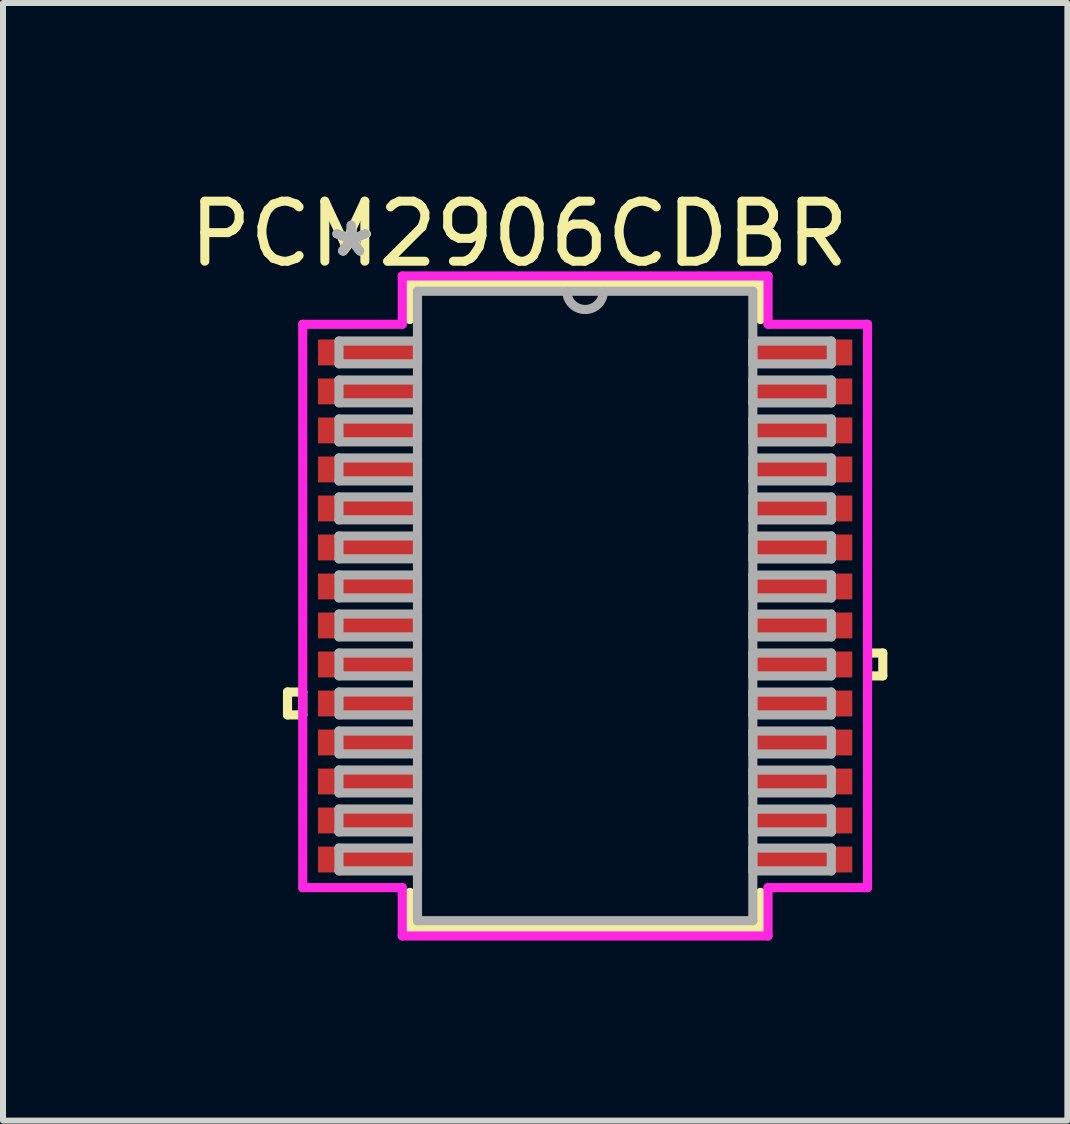
<source format=kicad_pcb>
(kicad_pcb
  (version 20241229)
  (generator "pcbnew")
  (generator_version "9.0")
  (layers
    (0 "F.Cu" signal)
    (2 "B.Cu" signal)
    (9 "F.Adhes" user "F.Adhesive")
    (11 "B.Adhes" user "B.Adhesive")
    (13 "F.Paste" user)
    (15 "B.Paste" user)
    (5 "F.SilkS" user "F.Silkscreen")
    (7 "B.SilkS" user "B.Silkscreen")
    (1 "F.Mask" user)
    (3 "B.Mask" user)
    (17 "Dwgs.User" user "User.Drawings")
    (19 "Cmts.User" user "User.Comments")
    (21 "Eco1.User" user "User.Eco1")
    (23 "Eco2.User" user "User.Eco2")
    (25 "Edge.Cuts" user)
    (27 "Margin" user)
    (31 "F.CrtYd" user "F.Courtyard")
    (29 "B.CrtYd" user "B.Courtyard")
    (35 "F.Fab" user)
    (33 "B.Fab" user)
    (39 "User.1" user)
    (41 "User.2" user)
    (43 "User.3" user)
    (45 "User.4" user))
  (footprint "PCM2906CDBR"
    (layer "F.Cu")
    (at 6.701 7.048)
    (property "Reference" "PCM2906CDBR" (at -1.1 -6.2 0) (layer "F.SilkS") (effects (font (size 1 1) (thickness 0.15))))
    (attr through_hole)
    (fp_line (start -4.96 1.434) (end -4.96 1.815) (stroke (width 0.152) (type solid)) (layer "F.SilkS"))
    (fp_line (start -4.96 1.815) (end -4.706 1.815) (stroke (width 0.152) (type solid)) (layer "F.SilkS"))
    (fp_line (start -4.706 1.434) (end -4.96 1.434) (stroke (width 0.152) (type solid)) (layer "F.SilkS"))
    (fp_line (start -4.706 1.815) (end -4.706 1.434) (stroke (width 0.152) (type solid)) (layer "F.SilkS"))
    (fp_line (start -2.921 -5.372) (end -2.921 -4.773) (stroke (width 0.152) (type solid)) (layer "F.SilkS"))
    (fp_line (start -2.921 4.773) (end -2.921 5.372) (stroke (width 0.152) (type solid)) (layer "F.SilkS"))
    (fp_line (start -2.921 5.372) (end 2.921 5.372) (stroke (width 0.152) (type solid)) (layer "F.SilkS"))
    (fp_line (start 2.921 -5.372) (end -2.921 -5.372) (stroke (width 0.152) (type solid)) (layer "F.SilkS"))
    (fp_line (start 2.921 -4.773) (end 2.921 -5.372) (stroke (width 0.152) (type solid)) (layer "F.SilkS"))
    (fp_line (start 2.921 5.372) (end 2.921 4.773) (stroke (width 0.152) (type solid)) (layer "F.SilkS"))
    (fp_line (start 4.706 0.784) (end 4.96 0.784) (stroke (width 0.152) (type solid)) (layer "F.SilkS"))
    (fp_line (start 4.706 1.165) (end 4.706 0.784) (stroke (width 0.152) (type solid)) (layer "F.SilkS"))
    (fp_line (start 4.96 0.784) (end 4.96 1.165) (stroke (width 0.152) (type solid)) (layer "F.SilkS"))
    (fp_line (start 4.96 1.165) (end 4.706 1.165) (stroke (width 0.152) (type solid)) (layer "F.SilkS"))
    (fp_line (start -4.706 -4.694) (end -3.048 -4.694) (stroke (width 0.152) (type solid)) (layer "F.CrtYd"))
    (fp_line (start -4.706 4.694) (end -4.706 -4.694) (stroke (width 0.152) (type solid)) (layer "F.CrtYd"))
    (fp_line (start -3.048 -5.499) (end 3.048 -5.499) (stroke (width 0.152) (type solid)) (layer "F.CrtYd"))
    (fp_line (start -3.048 -4.694) (end -3.048 -5.499) (stroke (width 0.152) (type solid)) (layer "F.CrtYd"))
    (fp_line (start -3.048 4.694) (end -4.706 4.694) (stroke (width 0.152) (type solid)) (layer "F.CrtYd"))
    (fp_line (start -3.048 5.499) (end -3.048 4.694) (stroke (width 0.152) (type solid)) (layer "F.CrtYd"))
    (fp_line (start 3.048 -5.499) (end 3.048 -4.694) (stroke (width 0.152) (type solid)) (layer "F.CrtYd"))
    (fp_line (start 3.048 -4.694) (end 4.706 -4.694) (stroke (width 0.152) (type solid)) (layer "F.CrtYd"))
    (fp_line (start 3.048 4.694) (end 3.048 5.499) (stroke (width 0.152) (type solid)) (layer "F.CrtYd"))
    (fp_line (start 3.048 5.499) (end -3.048 5.499) (stroke (width 0.152) (type solid)) (layer "F.CrtYd"))
    (fp_line (start 4.706 -4.694) (end 4.706 4.694) (stroke (width 0.152) (type solid)) (layer "F.CrtYd"))
    (fp_line (start 4.706 4.694) (end 3.048 4.694) (stroke (width 0.152) (type solid)) (layer "F.CrtYd"))
    (fp_line (start -4.102 -4.415) (end -4.102 -4.035) (stroke (width 0.152) (type solid)) (layer "F.Fab"))
    (fp_line (start -4.102 -4.035) (end -2.794 -4.035) (stroke (width 0.152) (type solid)) (layer "F.Fab"))
    (fp_line (start -4.102 -3.765) (end -4.102 -3.385) (stroke (width 0.152) (type solid)) (layer "F.Fab"))
    (fp_line (start -4.102 -3.385) (end -2.794 -3.385) (stroke (width 0.152) (type solid)) (layer "F.Fab"))
    (fp_line (start -4.102 -3.115) (end -4.102 -2.735) (stroke (width 0.152) (type solid)) (layer "F.Fab"))
    (fp_line (start -4.102 -2.735) (end -2.794 -2.735) (stroke (width 0.152) (type solid)) (layer "F.Fab"))
    (fp_line (start -4.102 -2.466) (end -4.102 -2.084) (stroke (width 0.152) (type solid)) (layer "F.Fab"))
    (fp_line (start -4.102 -2.084) (end -2.794 -2.084) (stroke (width 0.152) (type solid)) (layer "F.Fab"))
    (fp_line (start -4.102 -1.816) (end -4.102 -1.435) (stroke (width 0.152) (type solid)) (layer "F.Fab"))
    (fp_line (start -4.102 -1.435) (end -2.794 -1.435) (stroke (width 0.152) (type solid)) (layer "F.Fab"))
    (fp_line (start -4.102 -1.166) (end -4.102 -0.785) (stroke (width 0.152) (type solid)) (layer "F.Fab"))
    (fp_line (start -4.102 -0.785) (end -2.794 -0.785) (stroke (width 0.152) (type solid)) (layer "F.Fab"))
    (fp_line (start -4.102 -0.516) (end -4.102 -0.135) (stroke (width 0.152) (type solid)) (layer "F.Fab"))
    (fp_line (start -4.102 -0.135) (end -2.794 -0.135) (stroke (width 0.152) (type solid)) (layer "F.Fab"))
    (fp_line (start -4.102 0.134) (end -4.102 0.515) (stroke (width 0.152) (type solid)) (layer "F.Fab"))
    (fp_line (start -4.102 0.515) (end -2.794 0.515) (stroke (width 0.152) (type solid)) (layer "F.Fab"))
    (fp_line (start -4.102 0.784) (end -4.102 1.165) (stroke (width 0.152) (type solid)) (layer "F.Fab"))
    (fp_line (start -4.102 1.165) (end -2.794 1.165) (stroke (width 0.152) (type solid)) (layer "F.Fab"))
    (fp_line (start -4.102 1.434) (end -4.102 1.815) (stroke (width 0.152) (type solid)) (layer "F.Fab"))
    (fp_line (start -4.102 1.815) (end -2.794 1.815) (stroke (width 0.152) (type solid)) (layer "F.Fab"))
    (fp_line (start -4.102 2.084) (end -4.102 2.465) (stroke (width 0.152) (type solid)) (layer "F.Fab"))
    (fp_line (start -4.102 2.465) (end -2.794 2.465) (stroke (width 0.152) (type solid)) (layer "F.Fab"))
    (fp_line (start -4.102 2.734) (end -4.102 3.115) (stroke (width 0.152) (type solid)) (layer "F.Fab"))
    (fp_line (start -4.102 3.115) (end -2.794 3.115) (stroke (width 0.152) (type solid)) (layer "F.Fab"))
    (fp_line (start -4.102 3.384) (end -4.102 3.765) (stroke (width 0.152) (type solid)) (layer "F.Fab"))
    (fp_line (start -4.102 3.765) (end -2.794 3.765) (stroke (width 0.152) (type solid)) (layer "F.Fab"))
    (fp_line (start -4.102 4.034) (end -4.102 4.415) (stroke (width 0.152) (type solid)) (layer "F.Fab"))
    (fp_line (start -4.102 4.415) (end -2.794 4.415) (stroke (width 0.152) (type solid)) (layer "F.Fab"))
    (fp_line (start -2.794 -5.245) (end -2.794 5.245) (stroke (width 0.152) (type solid)) (layer "F.Fab"))
    (fp_line (start -2.794 -4.415) (end -4.102 -4.415) (stroke (width 0.152) (type solid)) (layer "F.Fab"))
    (fp_line (start -2.794 -4.035) (end -2.794 -4.415) (stroke (width 0.152) (type solid)) (layer "F.Fab"))
    (fp_line (start -2.794 -3.765) (end -4.102 -3.765) (stroke (width 0.152) (type solid)) (layer "F.Fab"))
    (fp_line (start -2.794 -3.385) (end -2.794 -3.765) (stroke (width 0.152) (type solid)) (layer "F.Fab"))
    (fp_line (start -2.794 -3.115) (end -4.102 -3.115) (stroke (width 0.152) (type solid)) (layer "F.Fab"))
    (fp_line (start -2.794 -2.735) (end -2.794 -3.115) (stroke (width 0.152) (type solid)) (layer "F.Fab"))
    (fp_line (start -2.794 -2.466) (end -4.102 -2.466) (stroke (width 0.152) (type solid)) (layer "F.Fab"))
    (fp_line (start -2.794 -2.084) (end -2.794 -2.466) (stroke (width 0.152) (type solid)) (layer "F.Fab"))
    (fp_line (start -2.794 -1.816) (end -4.102 -1.816) (stroke (width 0.152) (type solid)) (layer "F.Fab"))
    (fp_line (start -2.794 -1.435) (end -2.794 -1.816) (stroke (width 0.152) (type solid)) (layer "F.Fab"))
    (fp_line (start -2.794 -1.166) (end -4.102 -1.166) (stroke (width 0.152) (type solid)) (layer "F.Fab"))
    (fp_line (start -2.794 -0.785) (end -2.794 -1.166) (stroke (width 0.152) (type solid)) (layer "F.Fab"))
    (fp_line (start -2.794 -0.516) (end -4.102 -0.516) (stroke (width 0.152) (type solid)) (layer "F.Fab"))
    (fp_line (start -2.794 -0.135) (end -2.794 -0.516) (stroke (width 0.152) (type solid)) (layer "F.Fab"))
    (fp_line (start -2.794 0.134) (end -4.102 0.134) (stroke (width 0.152) (type solid)) (layer "F.Fab"))
    (fp_line (start -2.794 0.515) (end -2.794 0.134) (stroke (width 0.152) (type solid)) (layer "F.Fab"))
    (fp_line (start -2.794 0.784) (end -4.102 0.784) (stroke (width 0.152) (type solid)) (layer "F.Fab"))
    (fp_line (start -2.794 1.165) (end -2.794 0.784) (stroke (width 0.152) (type solid)) (layer "F.Fab"))
    (fp_line (start -2.794 1.434) (end -4.102 1.434) (stroke (width 0.152) (type solid)) (layer "F.Fab"))
    (fp_line (start -2.794 1.815) (end -2.794 1.434) (stroke (width 0.152) (type solid)) (layer "F.Fab"))
    (fp_line (start -2.794 2.084) (end -4.102 2.084) (stroke (width 0.152) (type solid)) (layer "F.Fab"))
    (fp_line (start -2.794 2.465) (end -2.794 2.084) (stroke (width 0.152) (type solid)) (layer "F.Fab"))
    (fp_line (start -2.794 2.734) (end -4.102 2.734) (stroke (width 0.152) (type solid)) (layer "F.Fab"))
    (fp_line (start -2.794 3.115) (end -2.794 2.734) (stroke (width 0.152) (type solid)) (layer "F.Fab"))
    (fp_line (start -2.794 3.384) (end -4.102 3.384) (stroke (width 0.152) (type solid)) (layer "F.Fab"))
    (fp_line (start -2.794 3.765) (end -2.794 3.384) (stroke (width 0.152) (type solid)) (layer "F.Fab"))
    (fp_line (start -2.794 4.034) (end -4.102 4.034) (stroke (width 0.152) (type solid)) (layer "F.Fab"))
    (fp_line (start -2.794 4.415) (end -2.794 4.034) (stroke (width 0.152) (type solid)) (layer "F.Fab"))
    (fp_line (start -2.794 5.245) (end 2.794 5.245) (stroke (width 0.152) (type solid)) (layer "F.Fab"))
    (fp_line (start 2.794 -5.245) (end -2.794 -5.245) (stroke (width 0.152) (type solid)) (layer "F.Fab"))
    (fp_line (start 2.794 -4.415) (end 2.794 -4.034) (stroke (width 0.152) (type solid)) (layer "F.Fab"))
    (fp_line (start 2.794 -4.034) (end 4.102 -4.034) (stroke (width 0.152) (type solid)) (layer "F.Fab"))
    (fp_line (start 2.794 -3.765) (end 2.794 -3.384) (stroke (width 0.152) (type solid)) (layer "F.Fab"))
    (fp_line (start 2.794 -3.384) (end 4.102 -3.384) (stroke (width 0.152) (type solid)) (layer "F.Fab"))
    (fp_line (start 2.794 -3.115) (end 2.794 -2.734) (stroke (width 0.152) (type solid)) (layer "F.Fab"))
    (fp_line (start 2.794 -2.734) (end 4.102 -2.734) (stroke (width 0.152) (type solid)) (layer "F.Fab"))
    (fp_line (start 2.794 -2.465) (end 2.794 -2.084) (stroke (width 0.152) (type solid)) (layer "F.Fab"))
    (fp_line (start 2.794 -2.084) (end 4.102 -2.084) (stroke (width 0.152) (type solid)) (layer "F.Fab"))
    (fp_line (start 2.794 -1.815) (end 2.794 -1.434) (stroke (width 0.152) (type solid)) (layer "F.Fab"))
    (fp_line (start 2.794 -1.434) (end 4.102 -1.434) (stroke (width 0.152) (type solid)) (layer "F.Fab"))
    (fp_line (start 2.794 -1.165) (end 2.794 -0.784) (stroke (width 0.152) (type solid)) (layer "F.Fab"))
    (fp_line (start 2.794 -0.784) (end 4.102 -0.784) (stroke (width 0.152) (type solid)) (layer "F.Fab"))
    (fp_line (start 2.794 -0.515) (end 2.794 -0.134) (stroke (width 0.152) (type solid)) (layer "F.Fab"))
    (fp_line (start 2.794 -0.134) (end 4.102 -0.134) (stroke (width 0.152) (type solid)) (layer "F.Fab"))
    (fp_line (start 2.794 0.135) (end 2.794 0.516) (stroke (width 0.152) (type solid)) (layer "F.Fab"))
    (fp_line (start 2.794 0.516) (end 4.102 0.516) (stroke (width 0.152) (type solid)) (layer "F.Fab"))
    (fp_line (start 2.794 0.784) (end 2.794 1.165) (stroke (width 0.152) (type solid)) (layer "F.Fab"))
    (fp_line (start 2.794 1.165) (end 4.102 1.165) (stroke (width 0.152) (type solid)) (layer "F.Fab"))
    (fp_line (start 2.794 1.435) (end 2.794 1.815) (stroke (width 0.152) (type solid)) (layer "F.Fab"))
    (fp_line (start 2.794 1.815) (end 4.102 1.815) (stroke (width 0.152) (type solid)) (layer "F.Fab"))
    (fp_line (start 2.794 2.084) (end 2.794 2.466) (stroke (width 0.152) (type solid)) (layer "F.Fab"))
    (fp_line (start 2.794 2.466) (end 4.102 2.466) (stroke (width 0.152) (type solid)) (layer "F.Fab"))
    (fp_line (start 2.794 2.735) (end 2.794 3.115) (stroke (width 0.152) (type solid)) (layer "F.Fab"))
    (fp_line (start 2.794 3.115) (end 4.102 3.115) (stroke (width 0.152) (type solid)) (layer "F.Fab"))
    (fp_line (start 2.794 3.385) (end 2.794 3.765) (stroke (width 0.152) (type solid)) (layer "F.Fab"))
    (fp_line (start 2.794 3.765) (end 4.102 3.765) (stroke (width 0.152) (type solid)) (layer "F.Fab"))
    (fp_line (start 2.794 4.035) (end 2.794 4.415) (stroke (width 0.152) (type solid)) (layer "F.Fab"))
    (fp_line (start 2.794 4.415) (end 4.102 4.415) (stroke (width 0.152) (type solid)) (layer "F.Fab"))
    (fp_line (start 2.794 5.245) (end 2.794 -5.245) (stroke (width 0.152) (type solid)) (layer "F.Fab"))
    (fp_line (start 4.102 -4.415) (end 2.794 -4.415) (stroke (width 0.152) (type solid)) (layer "F.Fab"))
    (fp_line (start 4.102 -4.034) (end 4.102 -4.415) (stroke (width 0.152) (type solid)) (layer "F.Fab"))
    (fp_line (start 4.102 -3.765) (end 2.794 -3.765) (stroke (width 0.152) (type solid)) (layer "F.Fab"))
    (fp_line (start 4.102 -3.384) (end 4.102 -3.765) (stroke (width 0.152) (type solid)) (layer "F.Fab"))
    (fp_line (start 4.102 -3.115) (end 2.794 -3.115) (stroke (width 0.152) (type solid)) (layer "F.Fab"))
    (fp_line (start 4.102 -2.734) (end 4.102 -3.115) (stroke (width 0.152) (type solid)) (layer "F.Fab"))
    (fp_line (start 4.102 -2.465) (end 2.794 -2.465) (stroke (width 0.152) (type solid)) (layer "F.Fab"))
    (fp_line (start 4.102 -2.084) (end 4.102 -2.465) (stroke (width 0.152) (type solid)) (layer "F.Fab"))
    (fp_line (start 4.102 -1.815) (end 2.794 -1.815) (stroke (width 0.152) (type solid)) (layer "F.Fab"))
    (fp_line (start 4.102 -1.434) (end 4.102 -1.815) (stroke (width 0.152) (type solid)) (layer "F.Fab"))
    (fp_line (start 4.102 -1.165) (end 2.794 -1.165) (stroke (width 0.152) (type solid)) (layer "F.Fab"))
    (fp_line (start 4.102 -0.784) (end 4.102 -1.165) (stroke (width 0.152) (type solid)) (layer "F.Fab"))
    (fp_line (start 4.102 -0.515) (end 2.794 -0.515) (stroke (width 0.152) (type solid)) (layer "F.Fab"))
    (fp_line (start 4.102 -0.134) (end 4.102 -0.515) (stroke (width 0.152) (type solid)) (layer "F.Fab"))
    (fp_line (start 4.102 0.135) (end 2.794 0.135) (stroke (width 0.152) (type solid)) (layer "F.Fab"))
    (fp_line (start 4.102 0.516) (end 4.102 0.135) (stroke (width 0.152) (type solid)) (layer "F.Fab"))
    (fp_line (start 4.102 0.784) (end 2.794 0.784) (stroke (width 0.152) (type solid)) (layer "F.Fab"))
    (fp_line (start 4.102 1.165) (end 4.102 0.784) (stroke (width 0.152) (type solid)) (layer "F.Fab"))
    (fp_line (start 4.102 1.435) (end 2.794 1.435) (stroke (width 0.152) (type solid)) (layer "F.Fab"))
    (fp_line (start 4.102 1.815) (end 4.102 1.435) (stroke (width 0.152) (type solid)) (layer "F.Fab"))
    (fp_line (start 4.102 2.084) (end 2.794 2.084) (stroke (width 0.152) (type solid)) (layer "F.Fab"))
    (fp_line (start 4.102 2.466) (end 4.102 2.084) (stroke (width 0.152) (type solid)) (layer "F.Fab"))
    (fp_line (start 4.102 2.735) (end 2.794 2.735) (stroke (width 0.152) (type solid)) (layer "F.Fab"))
    (fp_line (start 4.102 3.115) (end 4.102 2.735) (stroke (width 0.152) (type solid)) (layer "F.Fab"))
    (fp_line (start 4.102 3.385) (end 2.794 3.385) (stroke (width 0.152) (type solid)) (layer "F.Fab"))
    (fp_line (start 4.102 3.765) (end 4.102 3.385) (stroke (width 0.152) (type solid)) (layer "F.Fab"))
    (fp_line (start 4.102 4.035) (end 2.794 4.035) (stroke (width 0.152) (type solid)) (layer "F.Fab"))
    (fp_line (start 4.102 4.415) (end 4.102 4.035) (stroke (width 0.152) (type solid)) (layer "F.Fab"))
    (fp_arc (start 0.3048 -5.2451) (mid 0 -4.9403) (end -0.3048 -5.2451) (stroke (width 0.1524) (type solid)) (layer "F.Fab"))
    (fp_text user "*" (at -3.886 -5.799 0) (layer "F.SilkS") (effects (font (size 1 1) (thickness 0.15))))
    (fp_text user "*" (at -3.886 -5.799 0) (layer "F.SilkS") (effects (font (size 1 1) (thickness 0.15))))
    (fp_text user "*" (at -3.9 -5.8 0) (layer "F.Fab") (effects (font (size 1 1) (thickness 0.15))))
    (fp_text user "*" (at -3.9 -5.8 0) (layer "F.Fab") (effects (font (size 1 1) (thickness 0.15))))
    (pad "1" smd rect (at -3.632 -4.225) (size 1.64 0.431) (layers "F.Cu" "F.Mask" "F.Paste"))
    (pad "2" smd rect (at -3.632 -3.575) (size 1.64 0.431) (layers "F.Cu" "F.Mask" "F.Paste"))
    (pad "3" smd rect (at -3.632 -2.925) (size 1.64 0.431) (layers "F.Cu" "F.Mask" "F.Paste"))
    (pad "4" smd rect (at -3.632 -2.275) (size 1.64 0.431) (layers "F.Cu" "F.Mask" "F.Paste"))
    (pad "5" smd rect (at -3.632 -1.625) (size 1.64 0.431) (layers "F.Cu" "F.Mask" "F.Paste"))
    (pad "6" smd rect (at -3.632 -0.975) (size 1.64 0.431) (layers "F.Cu" "F.Mask" "F.Paste"))
    (pad "7" smd rect (at -3.632 -0.325) (size 1.64 0.431) (layers "F.Cu" "F.Mask" "F.Paste"))
    (pad "8" smd rect (at -3.632 0.325) (size 1.64 0.431) (layers "F.Cu" "F.Mask" "F.Paste"))
    (pad "9" smd rect (at -3.632 0.975) (size 1.64 0.431) (layers "F.Cu" "F.Mask" "F.Paste"))
    (pad "10" smd rect (at -3.632 1.625) (size 1.64 0.431) (layers "F.Cu" "F.Mask" "F.Paste"))
    (pad "11" smd rect (at -3.632 2.275) (size 1.64 0.431) (layers "F.Cu" "F.Mask" "F.Paste"))
    (pad "12" smd rect (at -3.632 2.925) (size 1.64 0.431) (layers "F.Cu" "F.Mask" "F.Paste"))
    (pad "13" smd rect (at -3.632 3.575) (size 1.64 0.431) (layers "F.Cu" "F.Mask" "F.Paste"))
    (pad "14" smd rect (at -3.632 4.225) (size 1.64 0.431) (layers "F.Cu" "F.Mask" "F.Paste"))
    (pad "15" smd rect (at 3.632 4.225) (size 1.64 0.431) (layers "F.Cu" "F.Mask" "F.Paste"))
    (pad "16" smd rect (at 3.632 3.575) (size 1.64 0.431) (layers "F.Cu" "F.Mask" "F.Paste"))
    (pad "17" smd rect (at 3.632 2.925) (size 1.64 0.431) (layers "F.Cu" "F.Mask" "F.Paste"))
    (pad "18" smd rect (at 3.632 2.275) (size 1.64 0.431) (layers "F.Cu" "F.Mask" "F.Paste"))
    (pad "19" smd rect (at 3.632 1.625) (size 1.64 0.431) (layers "F.Cu" "F.Mask" "F.Paste"))
    (pad "20" smd rect (at 3.632 0.975) (size 1.64 0.431) (layers "F.Cu" "F.Mask" "F.Paste"))
    (pad "21" smd rect (at 3.632 0.325) (size 1.64 0.431) (layers "F.Cu" "F.Mask" "F.Paste"))
    (pad "22" smd rect (at 3.632 -0.325) (size 1.64 0.431) (layers "F.Cu" "F.Mask" "F.Paste"))
    (pad "23" smd rect (at 3.632 -0.975) (size 1.64 0.431) (layers "F.Cu" "F.Mask" "F.Paste"))
    (pad "24" smd rect (at 3.632 -1.625) (size 1.64 0.431) (layers "F.Cu" "F.Mask" "F.Paste"))
    (pad "25" smd rect (at 3.632 -2.275) (size 1.64 0.431) (layers "F.Cu" "F.Mask" "F.Paste"))
    (pad "26" smd rect (at 3.632 -2.925) (size 1.64 0.431) (layers "F.Cu" "F.Mask" "F.Paste"))
    (pad "27" smd rect (at 3.632 -3.575) (size 1.64 0.431) (layers "F.Cu" "F.Mask" "F.Paste"))
    (pad "28" smd rect (at 3.632 -4.225) (size 1.64 0.431) (layers "F.Cu" "F.Mask" "F.Paste")))
  (gr_rect
    (start -3 -3)
    (end 14.737 15.624)
    (stroke (width 0.1) (type default))
    (fill no)
    (layer "Edge.Cuts")))
</source>
